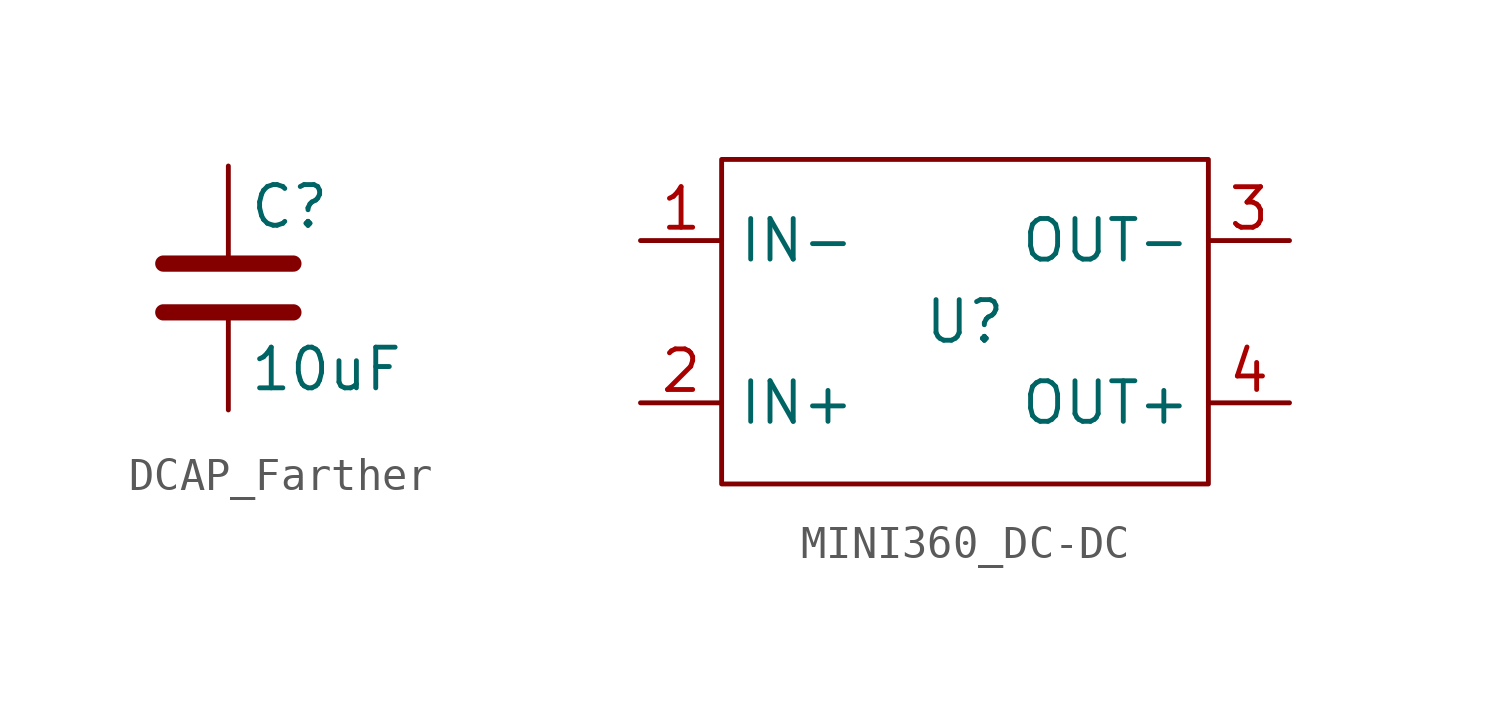
<source format=kicad_sym>
(kicad_symbol_lib
  (version 20231120)
  (generator "kicad_symbol_editor")
  (generator_version "8.0")
  (symbol "DCAP_Farther"
    (pin_numbers hide)
    (pin_names
      (offset 0.254))
    (property "Reference" "C"
      (at 0.635 2.54 0)
      (effects (font (size 1.27 1.27)) (justify left)))
    (property "Value" "10uF"
      (at 0.635 -2.54 0)
      (effects (font (size 1.27 1.27)) (justify left)))
    (symbol "DCAP_Farther_0_1"
      (polyline (pts (xy -2.032 -0.762) (xy 2.032 -0.762)) (stroke (width 0.508) (type default)) (fill (type none)))
      (polyline (pts (xy -2.032 0.762) (xy 2.032 0.762)) (stroke (width 0.508) (type default)) (fill (type none))))
    (symbol "DCAP_Farther_1_1"
      (pin passive line (at 0 3.81 270) (length 2.794) (name "~" (effects (font (size 1.27 1.27)))) (number "1" (effects (font (size 1.27 1.27)))))
      (pin passive line (at 0 -3.81 90) (length 2.794) (name "~" (effects (font (size 1.27 1.27)))) (number "2" (effects (font (size 1.27 1.27)))))))
  (symbol "MINI360_DC-DC"
    (property "Reference" "U"
      (at 0 0 0)
      (effects (font (size 1.27 1.27))))
    (property "Value" ""
      (at 0 0 0)
      (effects (font (size 1.27 1.27))))
    (symbol "MINI360_DC-DC_0_1"
      (rectangle (start -7.62 5.08) (end 7.62 -5.08) (stroke (width 0) (type default)) (fill (type none))))
    (symbol "MINI360_DC-DC_1_1"
      (pin power_in line (at -10.16 2.54 0) (length 2.54) (name "IN-" (effects (font (size 1.27 1.27)))) (number "1" (effects (font (size 1.27 1.27)))))
      (pin power_in line (at -10.16 -2.54 0) (length 2.54) (name "IN+" (effects (font (size 1.27 1.27)))) (number "2" (effects (font (size 1.27 1.27)))))
      (pin power_in line (at 10.16 2.54 180) (length 2.54) (name "OUT-" (effects (font (size 1.27 1.27)))) (number "3" (effects (font (size 1.27 1.27)))))
      (pin power_out line (at 10.16 -2.54 180) (length 2.54) (name "OUT+" (effects (font (size 1.27 1.27)))) (number "4" (effects (font (size 1.27 1.27))))))))
</source>
